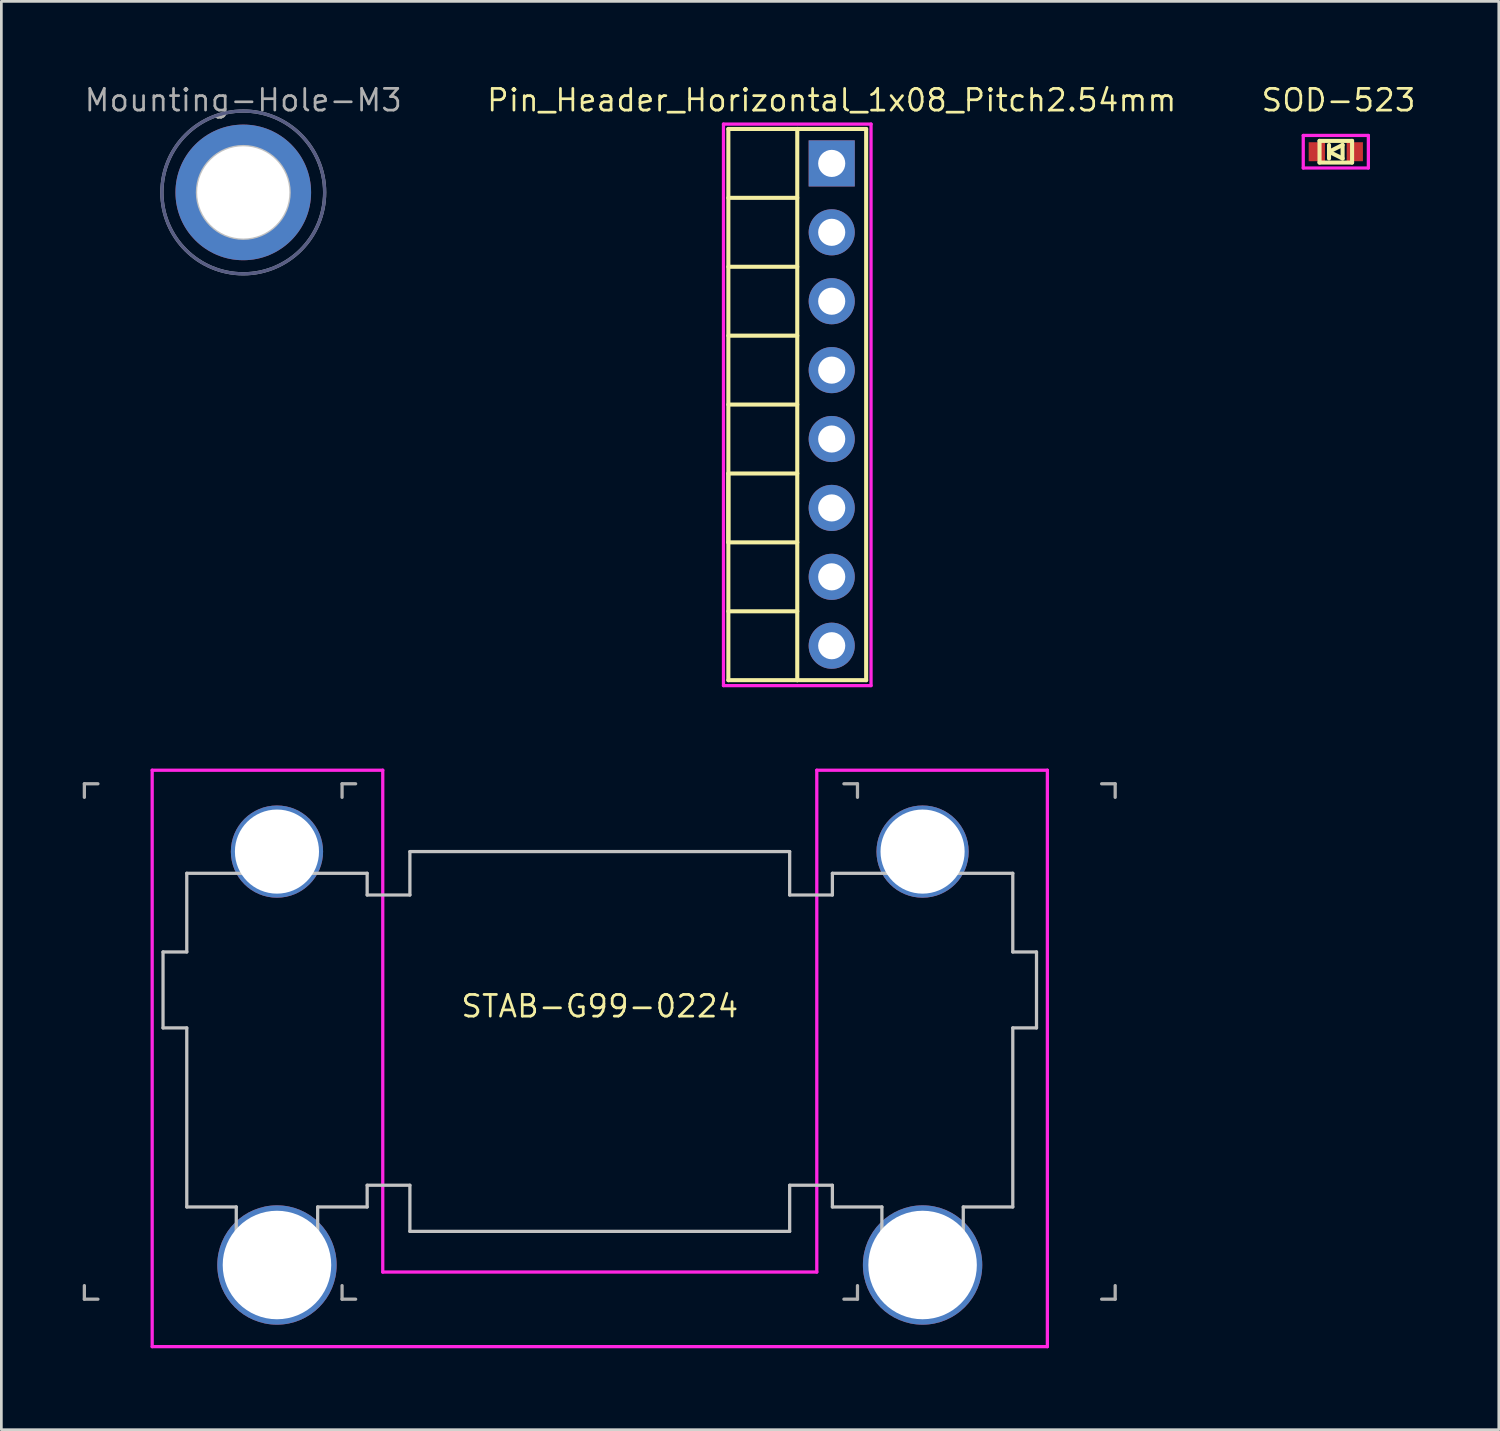
<source format=kicad_pcb>
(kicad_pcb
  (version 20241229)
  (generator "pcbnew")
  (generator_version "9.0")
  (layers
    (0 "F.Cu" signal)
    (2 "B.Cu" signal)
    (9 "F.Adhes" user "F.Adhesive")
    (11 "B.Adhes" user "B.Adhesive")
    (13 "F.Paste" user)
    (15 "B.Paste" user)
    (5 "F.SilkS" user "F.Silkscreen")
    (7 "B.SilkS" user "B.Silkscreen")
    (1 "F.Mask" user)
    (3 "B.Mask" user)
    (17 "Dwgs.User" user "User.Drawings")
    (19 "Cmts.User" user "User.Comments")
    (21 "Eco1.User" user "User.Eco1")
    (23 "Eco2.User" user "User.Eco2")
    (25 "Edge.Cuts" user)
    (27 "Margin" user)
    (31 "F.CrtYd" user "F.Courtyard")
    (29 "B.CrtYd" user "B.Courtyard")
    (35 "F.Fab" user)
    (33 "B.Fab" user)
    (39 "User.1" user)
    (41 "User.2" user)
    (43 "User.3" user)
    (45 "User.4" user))
  (footprint "Mounting-Hole-M3"
    (layer "F.Cu")
    (at 5.918 4.043)
    (property "Reference" "Mounting-Hole-M3" (at 0 -3.4 0) (layer "F.Fab") (effects (font (size 0.8 0.8) (thickness 0.1))))
    (attr through_hole)
    (fp_circle (center 0 0) (end 1.7 0) (stroke (width 0.1) (type solid)) (fill no) (layer "Dwgs.User"))
    (fp_circle (center 0 0) (end 3 0) (stroke (width 0.12) (type solid)) (fill no) (layer "B.Fab"))
    (fp_circle (center 0 0) (end 3 0) (stroke (width 0.12) (type solid)) (fill no) (layer "F.Fab"))
    (pad "1" thru_hole circle (at 0 0) (size 5 5) (drill 3.4) (layers "*.Cu" "*.Mask")))
  (footprint "SOD-523"
    (layer "F.Cu")
    (at 46.193 2.543)
    (property "Reference" "SOD-523" (at 0.1 -1.9 0) (layer "F.SilkS") (effects (font (size 0.8 0.8) (thickness 0.1))))
    (attr smd)
    (fp_line (start -0.6 -0.4) (end 0.6 -0.4) (stroke (width 0.15) (type solid)) (layer "F.SilkS"))
    (fp_line (start -0.6 0.4) (end -0.6 -0.4) (stroke (width 0.15) (type solid)) (layer "F.SilkS"))
    (fp_line (start -0.25 -0.25) (end -0.25 0.25) (stroke (width 0.15) (type solid)) (layer "F.SilkS"))
    (fp_line (start -0.25 0) (end 0.25 -0.25) (stroke (width 0.15) (type solid)) (layer "F.SilkS"))
    (fp_line (start 0.25 -0.25) (end 0.25 0.25) (stroke (width 0.15) (type solid)) (layer "F.SilkS"))
    (fp_line (start 0.25 0.25) (end -0.25 0) (stroke (width 0.15) (type solid)) (layer "F.SilkS"))
    (fp_line (start 0.6 -0.4) (end 0.6 0.4) (stroke (width 0.15) (type solid)) (layer "F.SilkS"))
    (fp_line (start 0.6 0.4) (end -0.6 0.4) (stroke (width 0.15) (type solid)) (layer "F.SilkS"))
    (fp_line (start -1.2 -0.6) (end 1.2 -0.6) (stroke (width 0.12) (type solid)) (layer "F.CrtYd"))
    (fp_line (start -1.2 0.6) (end -1.2 -0.6) (stroke (width 0.12) (type solid)) (layer "F.CrtYd"))
    (fp_line (start 1.2 -0.6) (end 1.2 0.6) (stroke (width 0.12) (type solid)) (layer "F.CrtYd"))
    (fp_line (start 1.2 0.6) (end -1.2 0.6) (stroke (width 0.12) (type solid)) (layer "F.CrtYd"))
    (pad "1" smd rect (at -0.7 0 180) (size 0.6 0.7) (layers "F.Cu" "F.Mask" "F.Paste"))
    (pad "2" smd rect (at 0.7 0 180) (size 0.6 0.7) (layers "F.Cu" "F.Mask" "F.Paste")))
  (footprint "STAB-G99-0224"
    (layer "F.Cu")
    (at 19.06 35.343)
    (property "Reference" "STAB-G99-0224" (at 0 -1.3 0) (layer "F.SilkS") (effects (font (size 0.8 0.8) (thickness 0.1))))
    (attr through_hole)
    (fp_line (start -16.1 -3.3) (end -16.1 -0.5) (stroke (width 0.12) (type solid)) (layer "Dwgs.User"))
    (fp_line (start -16.1 -0.5) (end -15.225 -0.5) (stroke (width 0.12) (type solid)) (layer "Dwgs.User"))
    (fp_line (start -15.225 -6.2) (end -15.225 -3.3) (stroke (width 0.12) (type solid)) (layer "Dwgs.User"))
    (fp_line (start -15.225 -3.3) (end -16.1 -3.3) (stroke (width 0.12) (type solid)) (layer "Dwgs.User"))
    (fp_line (start -15.225 -0.5) (end -15.225 6.1) (stroke (width 0.12) (type solid)) (layer "Dwgs.User"))
    (fp_line (start -15.225 6.1) (end -13.4 6.1) (stroke (width 0.12) (type solid)) (layer "Dwgs.User"))
    (fp_line (start -13.4 6.1) (end -13.4 7.3) (stroke (width 0.12) (type solid)) (layer "Dwgs.User"))
    (fp_line (start -13.4 7.3) (end -10.4 7.3) (stroke (width 0.12) (type solid)) (layer "Dwgs.User"))
    (fp_line (start -10.4 6.1) (end -8.575 6.1) (stroke (width 0.12) (type solid)) (layer "Dwgs.User"))
    (fp_line (start -10.4 7.3) (end -10.4 6.1) (stroke (width 0.12) (type solid)) (layer "Dwgs.User"))
    (fp_line (start -8.575 -6.2) (end -15.225 -6.2) (stroke (width 0.12) (type solid)) (layer "Dwgs.User"))
    (fp_line (start -8.575 -5.4) (end -8.575 -6.2) (stroke (width 0.12) (type solid)) (layer "Dwgs.User"))
    (fp_line (start -8.575 5.3) (end -7 5.3) (stroke (width 0.12) (type solid)) (layer "Dwgs.User"))
    (fp_line (start -8.575 6.1) (end -8.575 5.3) (stroke (width 0.12) (type solid)) (layer "Dwgs.User"))
    (fp_line (start -7 -7) (end -7 -5.4) (stroke (width 0.12) (type solid)) (layer "Dwgs.User"))
    (fp_line (start -7 -7) (end 7 -7) (stroke (width 0.12) (type solid)) (layer "Dwgs.User"))
    (fp_line (start -7 -5.4) (end -8.575 -5.4) (stroke (width 0.12) (type solid)) (layer "Dwgs.User"))
    (fp_line (start -7 5.3) (end -7 7) (stroke (width 0.12) (type solid)) (layer "Dwgs.User"))
    (fp_line (start 7 -7) (end 7 -5.4) (stroke (width 0.12) (type solid)) (layer "Dwgs.User"))
    (fp_line (start 7 -5.4) (end 8.575 -5.4) (stroke (width 0.12) (type solid)) (layer "Dwgs.User"))
    (fp_line (start 7 5.3) (end 7 7) (stroke (width 0.12) (type solid)) (layer "Dwgs.User"))
    (fp_line (start 7 7) (end -7 7) (stroke (width 0.12) (type solid)) (layer "Dwgs.User"))
    (fp_line (start 8.575 -6.2) (end 15.225 -6.2) (stroke (width 0.12) (type solid)) (layer "Dwgs.User"))
    (fp_line (start 8.575 -5.4) (end 8.575 -6.2) (stroke (width 0.12) (type solid)) (layer "Dwgs.User"))
    (fp_line (start 8.575 5.3) (end 7 5.3) (stroke (width 0.12) (type solid)) (layer "Dwgs.User"))
    (fp_line (start 8.575 6.1) (end 8.575 5.3) (stroke (width 0.12) (type solid)) (layer "Dwgs.User"))
    (fp_line (start 10.4 6.1) (end 8.575 6.1) (stroke (width 0.12) (type solid)) (layer "Dwgs.User"))
    (fp_line (start 10.4 7.3) (end 10.4 6.1) (stroke (width 0.12) (type solid)) (layer "Dwgs.User"))
    (fp_line (start 13.4 6.1) (end 13.4 7.3) (stroke (width 0.12) (type solid)) (layer "Dwgs.User"))
    (fp_line (start 13.4 7.3) (end 10.4 7.3) (stroke (width 0.12) (type solid)) (layer "Dwgs.User"))
    (fp_line (start 15.225 -6.2) (end 15.225 -3.3) (stroke (width 0.12) (type solid)) (layer "Dwgs.User"))
    (fp_line (start 15.225 -3.3) (end 16.1 -3.3) (stroke (width 0.12) (type solid)) (layer "Dwgs.User"))
    (fp_line (start 15.225 -0.5) (end 15.225 6.1) (stroke (width 0.12) (type solid)) (layer "Dwgs.User"))
    (fp_line (start 15.225 6.1) (end 13.4 6.1) (stroke (width 0.12) (type solid)) (layer "Dwgs.User"))
    (fp_line (start 16.1 -3.3) (end 16.1 -0.5) (stroke (width 0.12) (type solid)) (layer "Dwgs.User"))
    (fp_line (start 16.1 -0.5) (end 15.225 -0.5) (stroke (width 0.12) (type solid)) (layer "Dwgs.User"))
    (fp_line (start -16.5 -10) (end -16.5 11.25) (stroke (width 0.12) (type solid)) (layer "F.CrtYd"))
    (fp_line (start -16.5 -10) (end -8 -10) (stroke (width 0.12) (type solid)) (layer "F.CrtYd"))
    (fp_line (start -16.5 11.25) (end 16.5 11.25) (stroke (width 0.12) (type solid)) (layer "F.CrtYd"))
    (fp_line (start -8 -10) (end -8 8.5) (stroke (width 0.12) (type solid)) (layer "F.CrtYd"))
    (fp_line (start -8 8.5) (end 8 8.5) (stroke (width 0.12) (type solid)) (layer "F.CrtYd"))
    (fp_line (start 8 -10) (end 16.5 -10) (stroke (width 0.12) (type solid)) (layer "F.CrtYd"))
    (fp_line (start 8 8.5) (end 8 -10) (stroke (width 0.12) (type solid)) (layer "F.CrtYd"))
    (fp_line (start 16.5 11.25) (end 16.5 -10) (stroke (width 0.12) (type solid)) (layer "F.CrtYd"))
    (fp_line (start -19 -9.5) (end -18.5 -9.5) (stroke (width 0.12) (type solid)) (layer "F.Fab"))
    (fp_line (start -19 -9) (end -19 -9.5) (stroke (width 0.12) (type solid)) (layer "F.Fab"))
    (fp_line (start -19 9.5) (end -19 9) (stroke (width 0.12) (type solid)) (layer "F.Fab"))
    (fp_line (start -18.5 9.5) (end -19 9.5) (stroke (width 0.12) (type solid)) (layer "F.Fab"))
    (fp_line (start -9.5 -9.5) (end -9 -9.5) (stroke (width 0.12) (type solid)) (layer "F.Fab"))
    (fp_line (start -9.5 -9) (end -9.5 -9.5) (stroke (width 0.12) (type solid)) (layer "F.Fab"))
    (fp_line (start -9.5 9.5) (end -9.5 9) (stroke (width 0.12) (type solid)) (layer "F.Fab"))
    (fp_line (start -9 9.5) (end -9.5 9.5) (stroke (width 0.12) (type solid)) (layer "F.Fab"))
    (fp_line (start 9 -9.5) (end 9.5 -9.5) (stroke (width 0.12) (type solid)) (layer "F.Fab"))
    (fp_line (start 9.5 -9.5) (end 9.5 -9) (stroke (width 0.12) (type solid)) (layer "F.Fab"))
    (fp_line (start 9.5 9) (end 9.5 9.5) (stroke (width 0.12) (type solid)) (layer "F.Fab"))
    (fp_line (start 9.5 9.5) (end 9 9.5) (stroke (width 0.12) (type solid)) (layer "F.Fab"))
    (fp_line (start 18.5 -9.5) (end 19 -9.5) (stroke (width 0.12) (type solid)) (layer "F.Fab"))
    (fp_line (start 19 -9.5) (end 19 -9) (stroke (width 0.12) (type solid)) (layer "F.Fab"))
    (fp_line (start 19 9) (end 19 9.5) (stroke (width 0.12) (type solid)) (layer "F.Fab"))
    (fp_line (start 19 9.5) (end 18.5 9.5) (stroke (width 0.12) (type solid)) (layer "F.Fab"))
    (pad "" thru_hole circle (at -11.9 -7) (size 3.4 3.4) (drill 3.1) (layers "*.Cu" "*.Mask"))
    (pad "" thru_hole circle (at -11.9 8.24) (size 4.4 4.4) (drill 4) (layers "*.Cu" "*.Mask"))
    (pad "" thru_hole circle (at 11.9 -7) (size 3.4 3.4) (drill 3.1) (layers "*.Cu" "*.Mask"))
    (pad "" thru_hole circle (at 11.9 8.24) (size 4.4 4.4) (drill 4) (layers "*.Cu" "*.Mask")))
  (footprint "Pin_Header_Horizontal_1x08_Pitch2.54mm"
    (layer "F.Cu")
    (at 27.61 2.974)
    (property "Reference" "Pin_Header_Horizontal_1x08_Pitch2.54mm" (at 0 -2.33 0) (layer "F.SilkS") (effects (font (size 0.8 0.8) (thickness 0.1))))
    (attr through_hole)
    (fp_line (start -3.81 -1.27) (end -3.81 19.05) (stroke (width 0.15) (type default)) (layer "F.SilkS"))
    (fp_line (start -3.81 -1.27) (end -1.27 -1.27) (stroke (width 0.15) (type default)) (layer "F.SilkS"))
    (fp_line (start -3.81 3.81) (end -1.27 3.81) (stroke (width 0.15) (type default)) (layer "F.SilkS"))
    (fp_line (start -3.81 8.89) (end -1.27 8.89) (stroke (width 0.15) (type default)) (layer "F.SilkS"))
    (fp_line (start -3.81 11.43) (end -3.81 13.97) (stroke (width 0.15) (type default)) (layer "F.SilkS"))
    (fp_line (start -3.81 13.97) (end -1.27 13.97) (stroke (width 0.15) (type default)) (layer "F.SilkS"))
    (fp_line (start -3.81 19.05) (end -1.27 19.05) (stroke (width 0.15) (type default)) (layer "F.SilkS"))
    (fp_line (start -1.27 -1.27) (end -1.27 19.05) (stroke (width 0.15) (type solid)) (layer "F.SilkS"))
    (fp_line (start -1.27 -1.27) (end 1.27 -1.27) (stroke (width 0.15) (type solid)) (layer "F.SilkS"))
    (fp_line (start -1.27 1.27) (end -3.81 1.27) (stroke (width 0.15) (type default)) (layer "F.SilkS"))
    (fp_line (start -1.27 6.35) (end -3.81 6.35) (stroke (width 0.15) (type default)) (layer "F.SilkS"))
    (fp_line (start -1.27 11.43) (end -3.81 11.43) (stroke (width 0.15) (type default)) (layer "F.SilkS"))
    (fp_line (start -1.27 16.51) (end -3.81 16.51) (stroke (width 0.15) (type default)) (layer "F.SilkS"))
    (fp_line (start -1.27 19.05) (end 1.27 19.05) (stroke (width 0.15) (type solid)) (layer "F.SilkS"))
    (fp_line (start 1.27 -1.27) (end 1.27 19.05) (stroke (width 0.15) (type solid)) (layer "F.SilkS"))
    (fp_line (start -3.99 -1.45) (end -3.99 19.25) (stroke (width 0.12) (type solid)) (layer "F.CrtYd"))
    (fp_line (start -3.99 19.25) (end 1.45 19.25) (stroke (width 0.12) (type solid)) (layer "F.CrtYd"))
    (fp_line (start 1.45 -1.45) (end -3.99 -1.45) (stroke (width 0.12) (type solid)) (layer "F.CrtYd"))
    (fp_line (start 1.45 19.25) (end 1.45 -1.45) (stroke (width 0.12) (type solid)) (layer "F.CrtYd"))
    (pad "1" thru_hole rect (at 0 0) (size 1.7 1.7) (drill 1) (layers "*.Cu" "*.Mask"))
    (pad "2" thru_hole oval (at 0 2.54) (size 1.7 1.7) (drill 1) (layers "*.Cu" "*.Mask"))
    (pad "3" thru_hole oval (at 0 5.08) (size 1.7 1.7) (drill 1) (layers "*.Cu" "*.Mask"))
    (pad "4" thru_hole oval (at 0 7.62) (size 1.7 1.7) (drill 1) (layers "*.Cu" "*.Mask"))
    (pad "5" thru_hole oval (at 0 10.16) (size 1.7 1.7) (drill 1) (layers "*.Cu" "*.Mask"))
    (pad "6" thru_hole oval (at 0 12.7) (size 1.7 1.7) (drill 1) (layers "*.Cu" "*.Mask"))
    (pad "7" thru_hole oval (at 0 15.24) (size 1.7 1.7) (drill 1) (layers "*.Cu" "*.Mask"))
    (pad "8" thru_hole oval (at 0 17.78) (size 1.7 1.7) (drill 1) (layers "*.Cu" "*.Mask")))
  (gr_rect
    (start -3 -3)
    (end 52.201 49.654)
    (stroke (width 0.1) (type default))
    (fill no)
    (layer "Edge.Cuts")))
</source>
